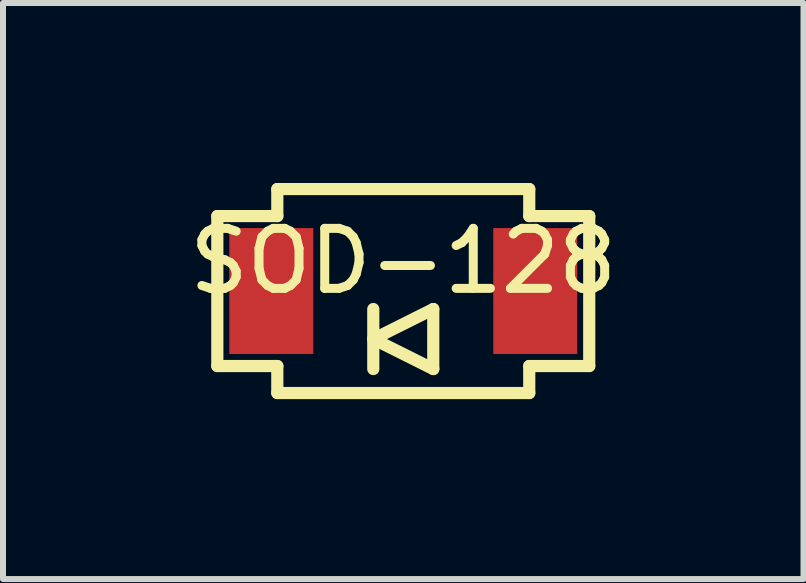
<source format=kicad_pcb>
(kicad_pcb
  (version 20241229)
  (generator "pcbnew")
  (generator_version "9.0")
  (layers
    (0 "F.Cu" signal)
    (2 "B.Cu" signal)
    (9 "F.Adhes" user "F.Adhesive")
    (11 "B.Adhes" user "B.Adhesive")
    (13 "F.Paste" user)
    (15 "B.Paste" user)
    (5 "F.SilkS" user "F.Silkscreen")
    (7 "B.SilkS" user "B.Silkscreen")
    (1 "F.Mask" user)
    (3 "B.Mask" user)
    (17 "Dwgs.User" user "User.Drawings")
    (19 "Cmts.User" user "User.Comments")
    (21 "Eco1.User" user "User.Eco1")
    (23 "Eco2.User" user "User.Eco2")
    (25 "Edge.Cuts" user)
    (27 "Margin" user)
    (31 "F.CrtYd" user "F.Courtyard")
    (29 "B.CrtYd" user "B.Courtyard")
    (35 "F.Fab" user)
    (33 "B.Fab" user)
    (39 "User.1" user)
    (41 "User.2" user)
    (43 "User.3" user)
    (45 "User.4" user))
  (footprint "SOD-128"
    (placed yes)
    (layer "F.Cu")
    (at 3.673 1.802)
    (property "Reference" "SOD-128" (at 0 -0.5 0) (layer "F.SilkS") (effects (font (size 1 1) (thickness 0.15))))
    (attr through_hole)
    (fp_line (start -3.1 -1.25) (end -3.1 1.25) (stroke (width 0.203) (type solid)) (layer "F.SilkS"))
    (fp_line (start -3.1 1.25) (end -2.1 1.25) (stroke (width 0.203) (type solid)) (layer "F.SilkS"))
    (fp_line (start -2.1 -1.7) (end -2.1 -1.25) (stroke (width 0.203) (type solid)) (layer "F.SilkS"))
    (fp_line (start -2.1 -1.7) (end 2.1 -1.7) (stroke (width 0.203) (type solid)) (layer "F.SilkS"))
    (fp_line (start -2.1 -1.25) (end -3.1 -1.25) (stroke (width 0.203) (type solid)) (layer "F.SilkS"))
    (fp_line (start -2.1 1.25) (end -2.1 1.7) (stroke (width 0.203) (type solid)) (layer "F.SilkS"))
    (fp_line (start -0.5 0.3) (end -0.5 1.3) (stroke (width 0.203) (type solid)) (layer "F.SilkS"))
    (fp_line (start -0.5 0.8) (end 0.5 0.3) (stroke (width 0.203) (type solid)) (layer "F.SilkS"))
    (fp_line (start 0.5 0.3) (end 0.5 1.3) (stroke (width 0.203) (type solid)) (layer "F.SilkS"))
    (fp_line (start 0.5 1.3) (end -0.5 0.8) (stroke (width 0.203) (type solid)) (layer "F.SilkS"))
    (fp_line (start 2.1 -1.7) (end 2.1 -1.25) (stroke (width 0.203) (type solid)) (layer "F.SilkS"))
    (fp_line (start 2.1 -1.25) (end 3.1 -1.25) (stroke (width 0.203) (type solid)) (layer "F.SilkS"))
    (fp_line (start 2.1 1.25) (end 2.1 1.7) (stroke (width 0.203) (type solid)) (layer "F.SilkS"))
    (fp_line (start 2.1 1.7) (end -2.1 1.7) (stroke (width 0.203) (type solid)) (layer "F.SilkS"))
    (fp_line (start 3.1 -1.25) (end 3.1 1.25) (stroke (width 0.203) (type solid)) (layer "F.SilkS"))
    (fp_line (start 3.1 1.25) (end 2.1 1.25) (stroke (width 0.203) (type solid)) (layer "F.SilkS"))
    (pad "1" smd rect (at -2.2 0 180) (size 1.4 2.1) (layers "F.Cu" "F.Mask" "F.Paste"))
    (pad "2" smd rect (at 2.2 0 180) (size 1.4 2.1) (layers "F.Cu" "F.Mask" "F.Paste")))
  (gr_rect
    (start -3 -3)
    (end 10.345 6.603)
    (stroke (width 0.1) (type default))
    (fill no)
    (layer "Edge.Cuts")))
</source>
